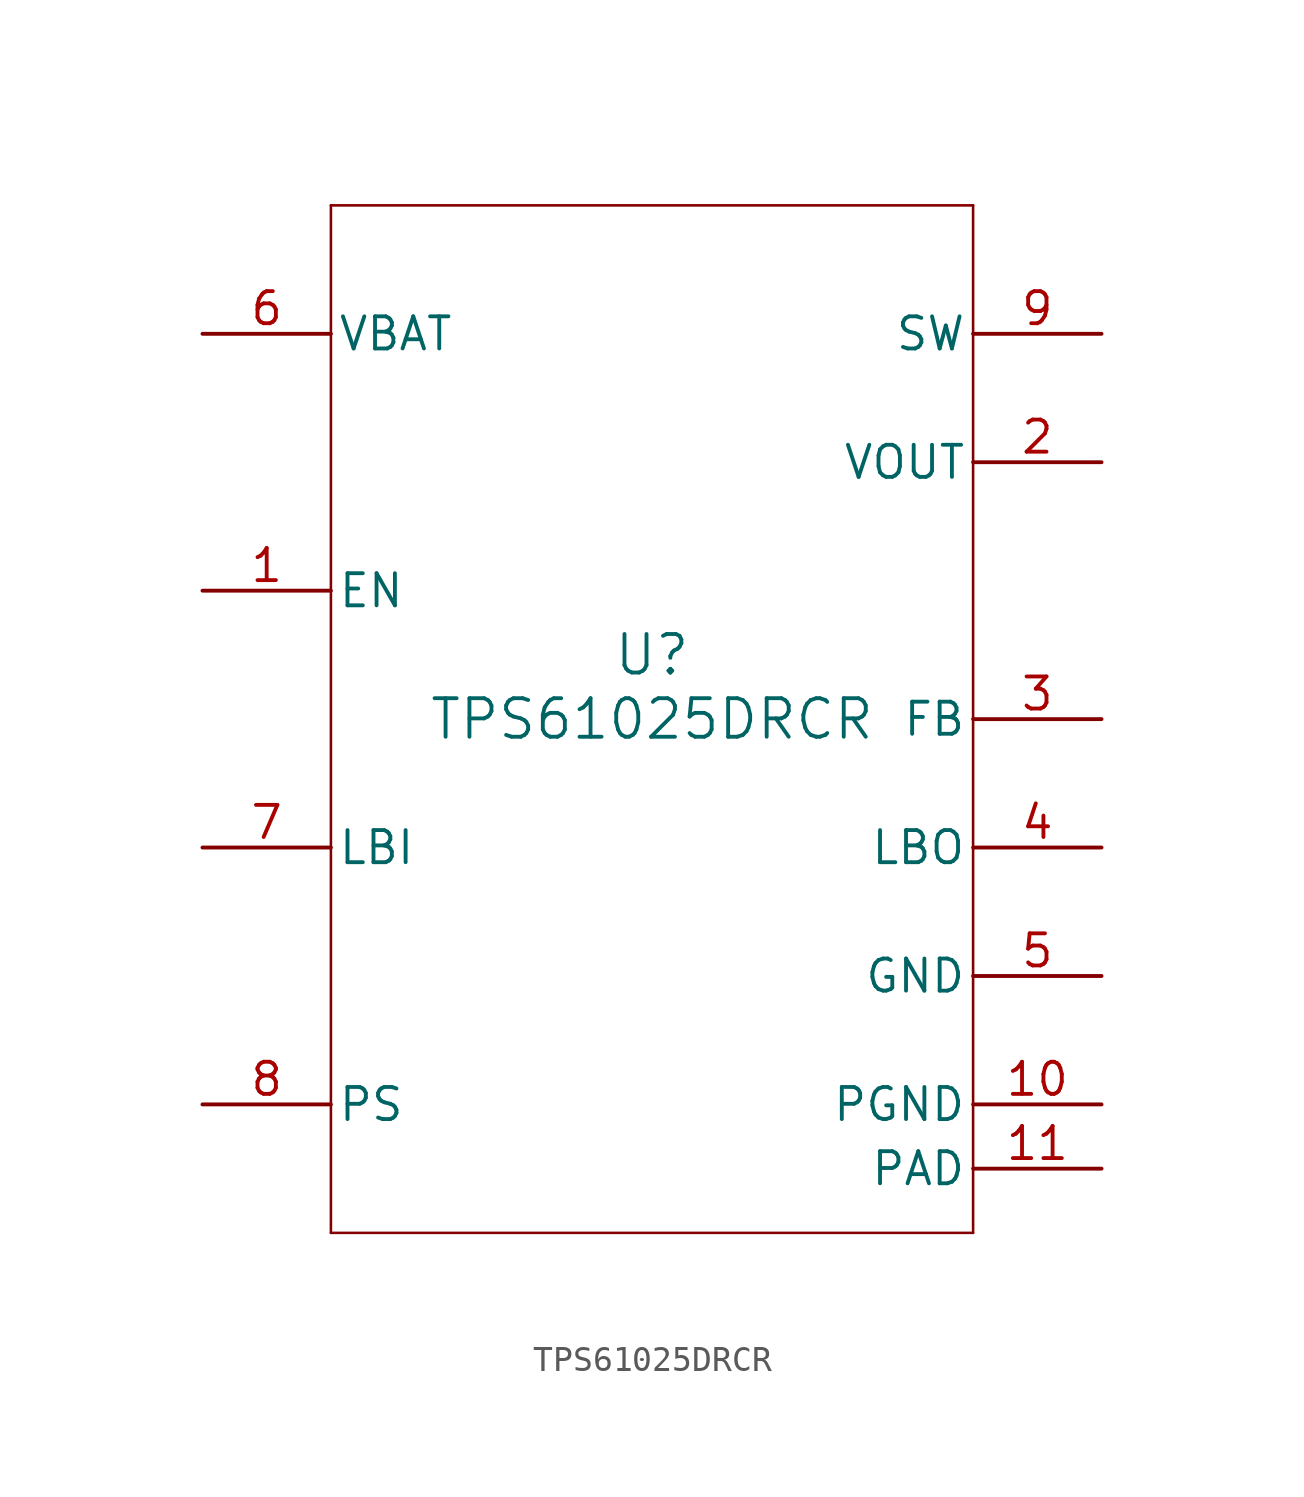
<source format=kicad_sym>
(kicad_symbol_lib
  (version 20211014)
  (generator kicad_symbol_editor)
  (symbol "TPS61025DRCR"
    (pin_names
      (offset 0.254))
    (property "Reference" "U"
      (at 0 2.54 0)
      (effects (font (size 1.524 1.524))))
    (property "Value" "TPS61025DRCR"
      (at 0 0 0)
      (effects (font (size 1.524 1.524))))
    (symbol "TPS61025DRCR_0_1"
      (polyline (pts (xy -12.7 -20.32) (xy 12.7 -20.32)) (stroke (width 0.102) (type default) (color 0 0 0 0)) (fill (type none)))
      (polyline (pts (xy 12.7 -20.32) (xy 12.7 20.32)) (stroke (width 0.102) (type default) (color 0 0 0 0)) (fill (type none)))
      (polyline (pts (xy 12.7 20.32) (xy -12.7 20.32)) (stroke (width 0.102) (type default) (color 0 0 0 0)) (fill (type none)))
      (polyline (pts (xy -12.7 20.32) (xy -12.7 -20.32)) (stroke (width 0.102) (type default) (color 0 0 0 0)) (fill (type none)))
      (pin input line (at -17.78 5.08 0) (length 5.08) (name "EN" (effects (font (size 1.27 1.27)))) (number "1" (effects (font (size 1.27 1.27)))))
      (pin power_in line (at 17.78 10.16 180) (length 5.08) (name "VOUT" (effects (font (size 1.27 1.27)))) (number "2" (effects (font (size 1.27 1.27)))))
      (pin input line (at 17.78 0 180) (length 5.08) (name "FB" (effects (font (size 1.27 1.27)))) (number "3" (effects (font (size 1.27 1.27)))))
      (pin open_collector line (at 17.78 -5.08 180) (length 5.08) (name "LBO" (effects (font (size 1.27 1.27)))) (number "4" (effects (font (size 1.27 1.27)))))
      (pin power_in line (at 17.78 -10.16 180) (length 5.08) (name "GND" (effects (font (size 1.27 1.27)))) (number "5" (effects (font (size 1.27 1.27)))))
      (pin power_in line (at -17.78 15.24 0) (length 5.08) (name "VBAT" (effects (font (size 1.27 1.27)))) (number "6" (effects (font (size 1.27 1.27)))))
      (pin input line (at -17.78 -5.08 0) (length 5.08) (name "LBI" (effects (font (size 1.27 1.27)))) (number "7" (effects (font (size 1.27 1.27)))))
      (pin input line (at -17.78 -15.24 0) (length 5.08) (name "PS" (effects (font (size 1.27 1.27)))) (number "8" (effects (font (size 1.27 1.27)))))
      (pin power_in line (at 17.78 15.24 180) (length 5.08) (name "SW" (effects (font (size 1.27 1.27)))) (number "9" (effects (font (size 1.27 1.27)))))
      (pin power_in line (at 17.78 -15.24 180) (length 5.08) (name "PGND" (effects (font (size 1.27 1.27)))) (number "10" (effects (font (size 1.27 1.27)))))
      (pin power_in line (at 17.78 -17.78 180) (length 5.08) (name "PAD" (effects (font (size 1.27 1.27)))) (number "11" (effects (font (size 1.27 1.27))))))))
</source>
